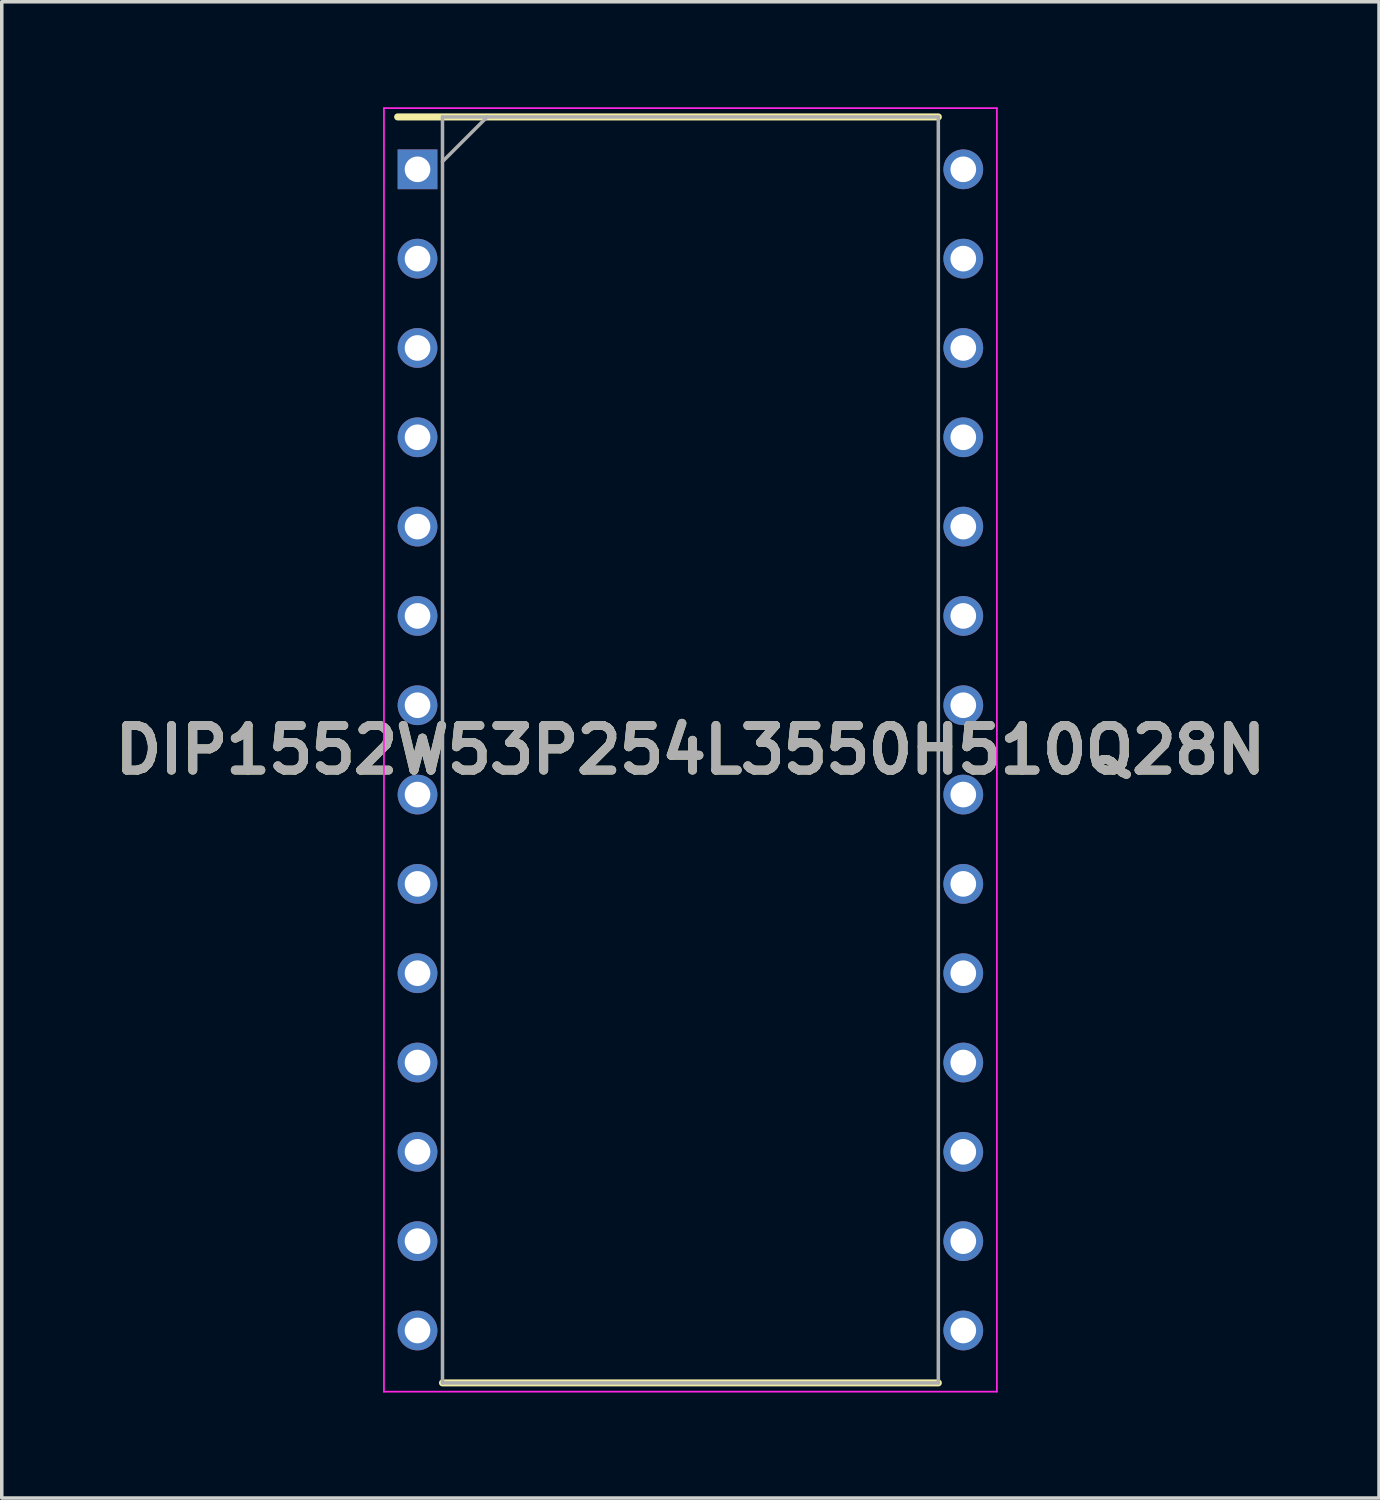
<source format=kicad_pcb>
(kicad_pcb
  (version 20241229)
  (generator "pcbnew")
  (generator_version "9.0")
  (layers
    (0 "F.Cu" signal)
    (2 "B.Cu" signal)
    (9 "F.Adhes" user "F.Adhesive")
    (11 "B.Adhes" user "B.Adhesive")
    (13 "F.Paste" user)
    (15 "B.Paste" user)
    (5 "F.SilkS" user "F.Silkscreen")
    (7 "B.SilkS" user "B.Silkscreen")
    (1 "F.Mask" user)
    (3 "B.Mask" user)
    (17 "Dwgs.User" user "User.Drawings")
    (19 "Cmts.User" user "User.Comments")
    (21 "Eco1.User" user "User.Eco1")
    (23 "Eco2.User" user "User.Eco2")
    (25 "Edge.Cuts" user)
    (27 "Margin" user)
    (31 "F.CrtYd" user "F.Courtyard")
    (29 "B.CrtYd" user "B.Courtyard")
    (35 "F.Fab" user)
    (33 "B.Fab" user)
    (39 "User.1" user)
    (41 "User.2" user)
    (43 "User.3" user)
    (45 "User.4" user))
  (footprint "DIP1552W53P254L3550H510Q28N"
    (layer "F.Cu")
    (at 16.583 18.275)
    (property "Reference" "DIP1552W53P254L3550H510Q28N" (at 0 0 0) (layer "F.SilkS") (effects (font (size 1.27 1.27) (thickness 0.254))))
    (attr through_hole)
    (fp_line (start -8.325 -18) (end 7.05 -18) (stroke (width 0.2) (type solid)) (layer "F.SilkS"))
    (fp_line (start -7.05 18) (end 7.05 18) (stroke (width 0.2) (type solid)) (layer "F.SilkS"))
    (fp_line (start -8.715 -18.25) (end 8.715 -18.25) (stroke (width 0.05) (type solid)) (layer "F.CrtYd"))
    (fp_line (start -8.715 18.25) (end -8.715 -18.25) (stroke (width 0.05) (type solid)) (layer "F.CrtYd"))
    (fp_line (start 8.715 -18.25) (end 8.715 18.25) (stroke (width 0.05) (type solid)) (layer "F.CrtYd"))
    (fp_line (start 8.715 18.25) (end -8.715 18.25) (stroke (width 0.05) (type solid)) (layer "F.CrtYd"))
    (fp_line (start -7.05 -18) (end 7.05 -18) (stroke (width 0.1) (type solid)) (layer "F.Fab"))
    (fp_line (start -7.05 -16.73) (end -5.78 -18) (stroke (width 0.1) (type solid)) (layer "F.Fab"))
    (fp_line (start -7.05 18) (end -7.05 -18) (stroke (width 0.1) (type solid)) (layer "F.Fab"))
    (fp_line (start 7.05 -18) (end 7.05 18) (stroke (width 0.1) (type solid)) (layer "F.Fab"))
    (fp_line (start 7.05 18) (end -7.05 18) (stroke (width 0.1) (type solid)) (layer "F.Fab"))
    (fp_text user "${REFERENCE}" (at 0 0 0) (layer "F.Fab") (effects (font (size 1.27 1.27) (thickness 0.254))))
    (pad "1" thru_hole rect (at -7.76 -16.51) (size 1.13 1.13) (drill 0.73) (layers "*.Cu" "*.Mask"))
    (pad "2" thru_hole circle (at -7.76 -13.97) (size 1.13 1.13) (drill 0.73) (layers "*.Cu" "*.Mask"))
    (pad "3" thru_hole circle (at -7.76 -11.43) (size 1.13 1.13) (drill 0.73) (layers "*.Cu" "*.Mask"))
    (pad "4" thru_hole circle (at -7.76 -8.89) (size 1.13 1.13) (drill 0.73) (layers "*.Cu" "*.Mask"))
    (pad "5" thru_hole circle (at -7.76 -6.35) (size 1.13 1.13) (drill 0.73) (layers "*.Cu" "*.Mask"))
    (pad "6" thru_hole circle (at -7.76 -3.81) (size 1.13 1.13) (drill 0.73) (layers "*.Cu" "*.Mask"))
    (pad "7" thru_hole circle (at -7.76 -1.27) (size 1.13 1.13) (drill 0.73) (layers "*.Cu" "*.Mask"))
    (pad "8" thru_hole circle (at -7.76 1.27) (size 1.13 1.13) (drill 0.73) (layers "*.Cu" "*.Mask"))
    (pad "9" thru_hole circle (at -7.76 3.81) (size 1.13 1.13) (drill 0.73) (layers "*.Cu" "*.Mask"))
    (pad "10" thru_hole circle (at -7.76 6.35) (size 1.13 1.13) (drill 0.73) (layers "*.Cu" "*.Mask"))
    (pad "11" thru_hole circle (at -7.76 8.89) (size 1.13 1.13) (drill 0.73) (layers "*.Cu" "*.Mask"))
    (pad "12" thru_hole circle (at -7.76 11.43) (size 1.13 1.13) (drill 0.73) (layers "*.Cu" "*.Mask"))
    (pad "13" thru_hole circle (at -7.76 13.97) (size 1.13 1.13) (drill 0.73) (layers "*.Cu" "*.Mask"))
    (pad "14" thru_hole circle (at -7.76 16.51) (size 1.13 1.13) (drill 0.73) (layers "*.Cu" "*.Mask"))
    (pad "15" thru_hole circle (at 7.76 16.51) (size 1.13 1.13) (drill 0.73) (layers "*.Cu" "*.Mask"))
    (pad "16" thru_hole circle (at 7.76 13.97) (size 1.13 1.13) (drill 0.73) (layers "*.Cu" "*.Mask"))
    (pad "17" thru_hole circle (at 7.76 11.43) (size 1.13 1.13) (drill 0.73) (layers "*.Cu" "*.Mask"))
    (pad "18" thru_hole circle (at 7.76 8.89) (size 1.13 1.13) (drill 0.73) (layers "*.Cu" "*.Mask"))
    (pad "19" thru_hole circle (at 7.76 6.35) (size 1.13 1.13) (drill 0.73) (layers "*.Cu" "*.Mask"))
    (pad "20" thru_hole circle (at 7.76 3.81) (size 1.13 1.13) (drill 0.73) (layers "*.Cu" "*.Mask"))
    (pad "21" thru_hole circle (at 7.76 1.27) (size 1.13 1.13) (drill 0.73) (layers "*.Cu" "*.Mask"))
    (pad "22" thru_hole circle (at 7.76 -1.27) (size 1.13 1.13) (drill 0.73) (layers "*.Cu" "*.Mask"))
    (pad "23" thru_hole circle (at 7.76 -3.81) (size 1.13 1.13) (drill 0.73) (layers "*.Cu" "*.Mask"))
    (pad "24" thru_hole circle (at 7.76 -6.35) (size 1.13 1.13) (drill 0.73) (layers "*.Cu" "*.Mask"))
    (pad "25" thru_hole circle (at 7.76 -8.89) (size 1.13 1.13) (drill 0.73) (layers "*.Cu" "*.Mask"))
    (pad "26" thru_hole circle (at 7.76 -11.43) (size 1.13 1.13) (drill 0.73) (layers "*.Cu" "*.Mask"))
    (pad "27" thru_hole circle (at 7.76 -13.97) (size 1.13 1.13) (drill 0.73) (layers "*.Cu" "*.Mask"))
    (pad "28" thru_hole circle (at 7.76 -16.51) (size 1.13 1.13) (drill 0.73) (layers "*.Cu" "*.Mask")))
  (gr_rect
    (start -3 -3)
    (end 36.165 39.55)
    (stroke (width 0.1) (type default))
    (fill no)
    (layer "Edge.Cuts")))
</source>
